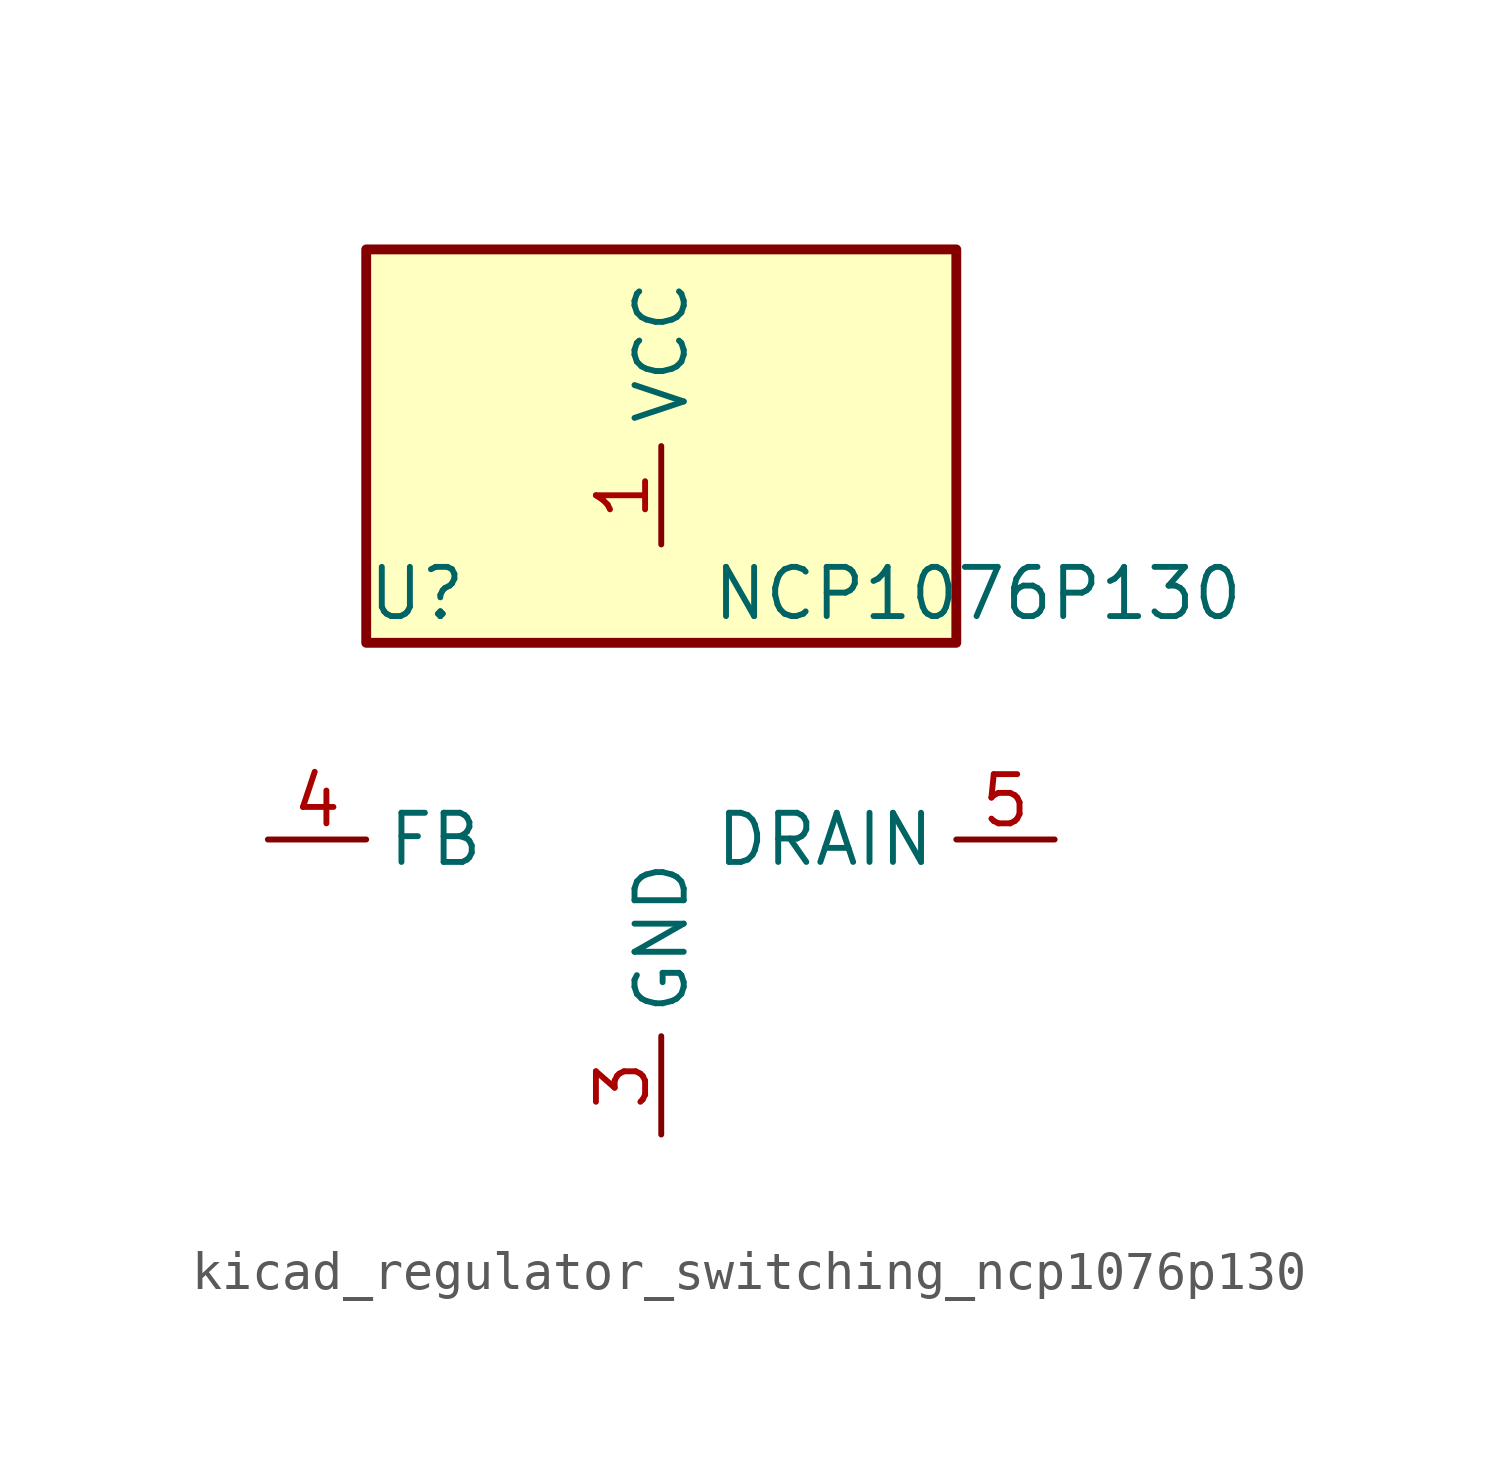
<source format=kicad_sym>
(kicad_symbol_lib
  (version 20220914)
  (generator kicad_symbol_editor)
  (symbol "kicad_regulator_switching_ncp1076p130"
    (property "Reference" "U"
      (at -7.62 6.35 0)
      (effects (font (size 1.27 1.27)) (justify left)))
    (property "Value" "NCP1076P130"
      (at 1.27 6.35 0)
      (effects (font (size 1.27 1.27)) (justify left)))
    (symbol "kicad_regulator_switching_ncp1076p130_0_1"
      (rectangle (start 7.62 15.24) (end -7.62 5.08) (stroke (width 0.254) (type default)) (fill (type background))))
    (symbol "kicad_regulator_switching_ncp1076p130_1_1"
      (pin power_in line (at 0 7.62 90) (length 2.54) (name "VCC" (effects (font (size 1.27 1.27)))) (number "1" (effects (font (size 1.27 1.27)))))
      (pin no_connect line (at -7.62 2.54 0) (length 2.54) hide (name "NC" (effects (font (size 1.27 1.27)))) (number "2" (effects (font (size 1.27 1.27)))))
      (pin power_in line (at 0 -7.62 90) (length 2.54) (name "GND" (effects (font (size 1.27 1.27)))) (number "3" (effects (font (size 1.27 1.27)))))
      (pin input line (at -10.16 0 0) (length 2.54) (name "FB" (effects (font (size 1.27 1.27)))) (number "4" (effects (font (size 1.27 1.27)))))
      (pin open_collector line (at 10.16 0 180) (length 2.54) (name "DRAIN" (effects (font (size 1.27 1.27)))) (number "5" (effects (font (size 1.27 1.27)))))
      (pin passive line (at 0 -7.62 90) (length 2.54) hide (name "GND" (effects (font (size 1.27 1.27)))) (number "7" (effects (font (size 1.27 1.27)))))
      (pin passive line (at 0 -7.62 90) (length 2.54) hide (name "GND" (effects (font (size 1.27 1.27)))) (number "8" (effects (font (size 1.27 1.27))))))))
</source>
